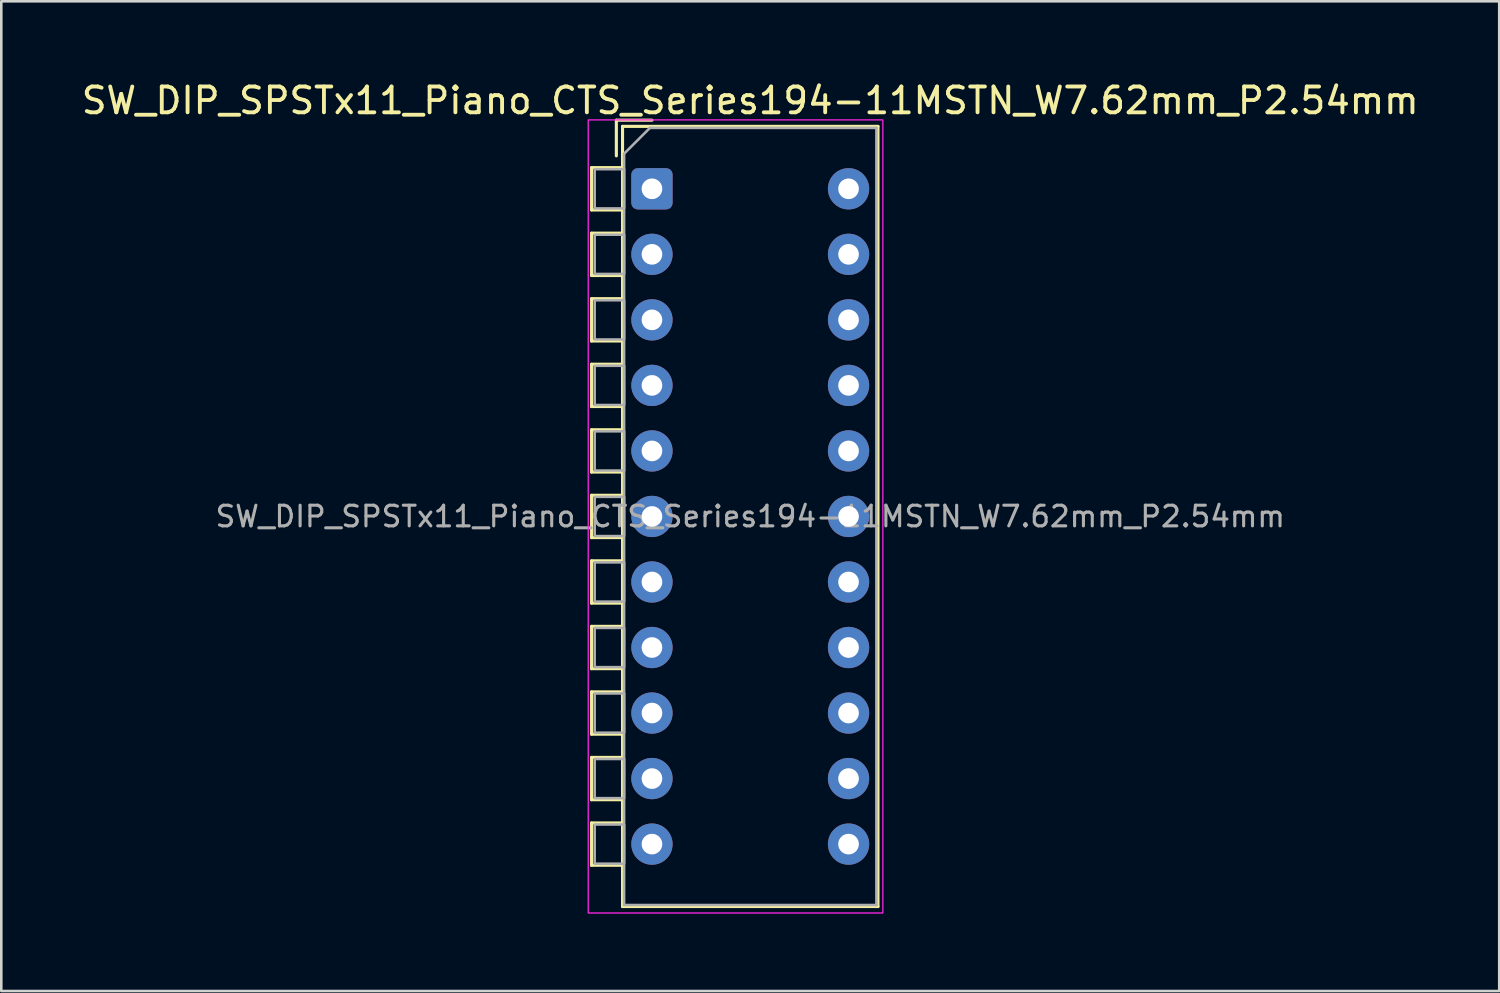
<source format=kicad_pcb>
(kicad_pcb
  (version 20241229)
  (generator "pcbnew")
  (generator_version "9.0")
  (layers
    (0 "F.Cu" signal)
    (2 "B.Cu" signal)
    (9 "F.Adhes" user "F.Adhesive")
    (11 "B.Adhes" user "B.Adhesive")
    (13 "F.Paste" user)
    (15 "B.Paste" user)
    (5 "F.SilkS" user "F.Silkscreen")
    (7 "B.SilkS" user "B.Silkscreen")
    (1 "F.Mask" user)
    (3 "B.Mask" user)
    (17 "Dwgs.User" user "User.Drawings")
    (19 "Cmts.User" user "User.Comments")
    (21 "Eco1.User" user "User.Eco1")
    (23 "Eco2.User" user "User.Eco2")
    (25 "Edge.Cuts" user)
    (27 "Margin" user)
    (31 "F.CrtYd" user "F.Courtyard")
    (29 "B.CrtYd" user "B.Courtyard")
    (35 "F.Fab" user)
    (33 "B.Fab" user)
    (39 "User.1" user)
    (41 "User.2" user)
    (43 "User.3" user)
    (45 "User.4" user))
  (footprint "SW_DIP_SPSTx11_Piano_CTS_Series194-11MSTN_W7.62mm_P2.54mm"
    (layer "F.Cu")
    (at 22.22 4.268)
    (property "Reference" "SW_DIP_SPSTx11_Piano_CTS_Series194-11MSTN_W7.62mm_P2.54mm" (at 3.81 -3.42 0) (layer "F.SilkS") (effects (font (size 1 1) (thickness 0.15))))
    (attr through_hole)
    (fp_line (start -2.34 -0.82) (end -2.34 0.82) (stroke (width 0.12) (type solid)) (layer "F.SilkS"))
    (fp_line (start -2.34 -0.82) (end -1.14 -0.82) (stroke (width 0.12) (type solid)) (layer "F.SilkS"))
    (fp_line (start -2.34 0.82) (end -1.14 0.82) (stroke (width 0.12) (type solid)) (layer "F.SilkS"))
    (fp_line (start -2.34 1.72) (end -2.34 3.36) (stroke (width 0.12) (type solid)) (layer "F.SilkS"))
    (fp_line (start -2.34 1.72) (end -1.14 1.72) (stroke (width 0.12) (type solid)) (layer "F.SilkS"))
    (fp_line (start -2.34 3.36) (end -1.14 3.36) (stroke (width 0.12) (type solid)) (layer "F.SilkS"))
    (fp_line (start -2.34 4.26) (end -2.34 5.9) (stroke (width 0.12) (type solid)) (layer "F.SilkS"))
    (fp_line (start -2.34 4.26) (end -1.14 4.26) (stroke (width 0.12) (type solid)) (layer "F.SilkS"))
    (fp_line (start -2.34 5.9) (end -1.14 5.9) (stroke (width 0.12) (type solid)) (layer "F.SilkS"))
    (fp_line (start -2.34 6.8) (end -2.34 8.44) (stroke (width 0.12) (type solid)) (layer "F.SilkS"))
    (fp_line (start -2.34 6.8) (end -1.14 6.8) (stroke (width 0.12) (type solid)) (layer "F.SilkS"))
    (fp_line (start -2.34 8.44) (end -1.14 8.44) (stroke (width 0.12) (type solid)) (layer "F.SilkS"))
    (fp_line (start -2.34 9.34) (end -2.34 10.98) (stroke (width 0.12) (type solid)) (layer "F.SilkS"))
    (fp_line (start -2.34 9.34) (end -1.14 9.34) (stroke (width 0.12) (type solid)) (layer "F.SilkS"))
    (fp_line (start -2.34 10.98) (end -1.14 10.98) (stroke (width 0.12) (type solid)) (layer "F.SilkS"))
    (fp_line (start -2.34 11.88) (end -2.34 13.52) (stroke (width 0.12) (type solid)) (layer "F.SilkS"))
    (fp_line (start -2.34 11.88) (end -1.14 11.88) (stroke (width 0.12) (type solid)) (layer "F.SilkS"))
    (fp_line (start -2.34 13.52) (end -1.14 13.52) (stroke (width 0.12) (type solid)) (layer "F.SilkS"))
    (fp_line (start -2.34 14.42) (end -2.34 16.06) (stroke (width 0.12) (type solid)) (layer "F.SilkS"))
    (fp_line (start -2.34 14.42) (end -1.14 14.42) (stroke (width 0.12) (type solid)) (layer "F.SilkS"))
    (fp_line (start -2.34 16.06) (end -1.14 16.06) (stroke (width 0.12) (type solid)) (layer "F.SilkS"))
    (fp_line (start -2.34 16.96) (end -2.34 18.6) (stroke (width 0.12) (type solid)) (layer "F.SilkS"))
    (fp_line (start -2.34 16.96) (end -1.14 16.96) (stroke (width 0.12) (type solid)) (layer "F.SilkS"))
    (fp_line (start -2.34 18.6) (end -1.14 18.6) (stroke (width 0.12) (type solid)) (layer "F.SilkS"))
    (fp_line (start -2.34 19.5) (end -2.34 21.14) (stroke (width 0.12) (type solid)) (layer "F.SilkS"))
    (fp_line (start -2.34 19.5) (end -1.14 19.5) (stroke (width 0.12) (type solid)) (layer "F.SilkS"))
    (fp_line (start -2.34 21.14) (end -1.14 21.14) (stroke (width 0.12) (type solid)) (layer "F.SilkS"))
    (fp_line (start -2.34 22.04) (end -2.34 23.68) (stroke (width 0.12) (type solid)) (layer "F.SilkS"))
    (fp_line (start -2.34 22.04) (end -1.14 22.04) (stroke (width 0.12) (type solid)) (layer "F.SilkS"))
    (fp_line (start -2.34 23.68) (end -1.14 23.68) (stroke (width 0.12) (type solid)) (layer "F.SilkS"))
    (fp_line (start -2.34 24.58) (end -2.34 26.22) (stroke (width 0.12) (type solid)) (layer "F.SilkS"))
    (fp_line (start -2.34 24.58) (end -1.14 24.58) (stroke (width 0.12) (type solid)) (layer "F.SilkS"))
    (fp_line (start -2.34 26.22) (end -1.14 26.22) (stroke (width 0.12) (type solid)) (layer "F.SilkS"))
    (fp_line (start -1.38 -2.66) (end -1.38 -1.277) (stroke (width 0.12) (type solid)) (layer "F.SilkS"))
    (fp_line (start -1.38 -2.66) (end 0.003 -2.66) (stroke (width 0.12) (type solid)) (layer "F.SilkS"))
    (fp_line (start -1.14 -2.42) (end -1.14 27.82) (stroke (width 0.12) (type solid)) (layer "F.SilkS"))
    (fp_line (start -1.14 -2.42) (end 8.76 -2.42) (stroke (width 0.12) (type solid)) (layer "F.SilkS"))
    (fp_line (start -1.14 -0.82) (end -1.14 0.82) (stroke (width 0.12) (type solid)) (layer "F.SilkS"))
    (fp_line (start -1.14 1.72) (end -1.14 3.36) (stroke (width 0.12) (type solid)) (layer "F.SilkS"))
    (fp_line (start -1.14 4.26) (end -1.14 5.9) (stroke (width 0.12) (type solid)) (layer "F.SilkS"))
    (fp_line (start -1.14 6.8) (end -1.14 8.44) (stroke (width 0.12) (type solid)) (layer "F.SilkS"))
    (fp_line (start -1.14 9.34) (end -1.14 10.98) (stroke (width 0.12) (type solid)) (layer "F.SilkS"))
    (fp_line (start -1.14 11.88) (end -1.14 13.52) (stroke (width 0.12) (type solid)) (layer "F.SilkS"))
    (fp_line (start -1.14 14.42) (end -1.14 16.06) (stroke (width 0.12) (type solid)) (layer "F.SilkS"))
    (fp_line (start -1.14 16.96) (end -1.14 18.6) (stroke (width 0.12) (type solid)) (layer "F.SilkS"))
    (fp_line (start -1.14 19.5) (end -1.14 21.14) (stroke (width 0.12) (type solid)) (layer "F.SilkS"))
    (fp_line (start -1.14 22.04) (end -1.14 23.68) (stroke (width 0.12) (type solid)) (layer "F.SilkS"))
    (fp_line (start -1.14 24.58) (end -1.14 26.22) (stroke (width 0.12) (type solid)) (layer "F.SilkS"))
    (fp_line (start -1.14 27.82) (end 8.76 27.82) (stroke (width 0.12) (type solid)) (layer "F.SilkS"))
    (fp_line (start 8.76 -2.42) (end 8.76 27.82) (stroke (width 0.12) (type solid)) (layer "F.SilkS"))
    (fp_rect (start -2.47 -2.67) (end 8.95 28.07) (stroke (width 0.05) (type solid)) (fill no) (layer "F.CrtYd"))
    (fp_line (start -1.08 -1.36) (end -0.08 -2.36) (stroke (width 0.1) (type solid)) (layer "F.Fab"))
    (fp_line (start -1.08 27.76) (end -1.08 -1.36) (stroke (width 0.1) (type solid)) (layer "F.Fab"))
    (fp_line (start -0.08 -2.36) (end 8.7 -2.36) (stroke (width 0.1) (type solid)) (layer "F.Fab"))
    (fp_line (start 8.7 -2.36) (end 8.7 27.76) (stroke (width 0.1) (type solid)) (layer "F.Fab"))
    (fp_line (start 8.7 27.76) (end -1.08 27.76) (stroke (width 0.1) (type solid)) (layer "F.Fab"))
    (fp_rect (start -1.08 -0.76) (end -2.22 0.76) (stroke (width 0.1) (type solid)) (fill no) (layer "F.Fab"))
    (fp_rect (start -1.08 1.78) (end -2.22 3.3) (stroke (width 0.1) (type solid)) (fill no) (layer "F.Fab"))
    (fp_rect (start -1.08 4.32) (end -2.22 5.84) (stroke (width 0.1) (type solid)) (fill no) (layer "F.Fab"))
    (fp_rect (start -1.08 6.86) (end -2.22 8.38) (stroke (width 0.1) (type solid)) (fill no) (layer "F.Fab"))
    (fp_rect (start -1.08 9.4) (end -2.22 10.92) (stroke (width 0.1) (type solid)) (fill no) (layer "F.Fab"))
    (fp_rect (start -1.08 11.94) (end -2.22 13.46) (stroke (width 0.1) (type solid)) (fill no) (layer "F.Fab"))
    (fp_rect (start -1.08 14.48) (end -2.22 16) (stroke (width 0.1) (type solid)) (fill no) (layer "F.Fab"))
    (fp_rect (start -1.08 17.02) (end -2.22 18.54) (stroke (width 0.1) (type solid)) (fill no) (layer "F.Fab"))
    (fp_rect (start -1.08 19.56) (end -2.22 21.08) (stroke (width 0.1) (type solid)) (fill no) (layer "F.Fab"))
    (fp_rect (start -1.08 22.1) (end -2.22 23.62) (stroke (width 0.1) (type solid)) (fill no) (layer "F.Fab"))
    (fp_rect (start -1.08 24.64) (end -2.22 26.16) (stroke (width 0.1) (type solid)) (fill no) (layer "F.Fab"))
    (fp_text user "${REFERENCE}" (at 3.81 12.7 0) (layer "F.Fab") (effects (font (size 0.8 0.8) (thickness 0.12))))
    (pad "1" thru_hole roundrect (at 0 0) (size 1.6 1.6) (drill 0.8) (layers "*.Cu" "*.Mask") (roundrect_rratio 0.156))
    (pad "2" thru_hole circle (at 0 2.54) (size 1.6 1.6) (drill 0.8) (layers "*.Cu" "*.Mask"))
    (pad "3" thru_hole circle (at 0 5.08) (size 1.6 1.6) (drill 0.8) (layers "*.Cu" "*.Mask"))
    (pad "4" thru_hole circle (at 0 7.62) (size 1.6 1.6) (drill 0.8) (layers "*.Cu" "*.Mask"))
    (pad "5" thru_hole circle (at 0 10.16) (size 1.6 1.6) (drill 0.8) (layers "*.Cu" "*.Mask"))
    (pad "6" thru_hole circle (at 0 12.7) (size 1.6 1.6) (drill 0.8) (layers "*.Cu" "*.Mask"))
    (pad "7" thru_hole circle (at 0 15.24) (size 1.6 1.6) (drill 0.8) (layers "*.Cu" "*.Mask"))
    (pad "8" thru_hole circle (at 0 17.78) (size 1.6 1.6) (drill 0.8) (layers "*.Cu" "*.Mask"))
    (pad "9" thru_hole circle (at 0 20.32) (size 1.6 1.6) (drill 0.8) (layers "*.Cu" "*.Mask"))
    (pad "10" thru_hole circle (at 0 22.86) (size 1.6 1.6) (drill 0.8) (layers "*.Cu" "*.Mask"))
    (pad "11" thru_hole circle (at 0 25.4) (size 1.6 1.6) (drill 0.8) (layers "*.Cu" "*.Mask"))
    (pad "12" thru_hole circle (at 7.62 25.4) (size 1.6 1.6) (drill 0.8) (layers "*.Cu" "*.Mask"))
    (pad "13" thru_hole circle (at 7.62 22.86) (size 1.6 1.6) (drill 0.8) (layers "*.Cu" "*.Mask"))
    (pad "14" thru_hole circle (at 7.62 20.32) (size 1.6 1.6) (drill 0.8) (layers "*.Cu" "*.Mask"))
    (pad "15" thru_hole circle (at 7.62 17.78) (size 1.6 1.6) (drill 0.8) (layers "*.Cu" "*.Mask"))
    (pad "16" thru_hole circle (at 7.62 15.24) (size 1.6 1.6) (drill 0.8) (layers "*.Cu" "*.Mask"))
    (pad "17" thru_hole circle (at 7.62 12.7) (size 1.6 1.6) (drill 0.8) (layers "*.Cu" "*.Mask"))
    (pad "18" thru_hole circle (at 7.62 10.16) (size 1.6 1.6) (drill 0.8) (layers "*.Cu" "*.Mask"))
    (pad "19" thru_hole circle (at 7.62 7.62) (size 1.6 1.6) (drill 0.8) (layers "*.Cu" "*.Mask"))
    (pad "20" thru_hole circle (at 7.62 5.08) (size 1.6 1.6) (drill 0.8) (layers "*.Cu" "*.Mask"))
    (pad "21" thru_hole circle (at 7.62 2.54) (size 1.6 1.6) (drill 0.8) (layers "*.Cu" "*.Mask"))
    (pad "22" thru_hole circle (at 7.62 0) (size 1.6 1.6) (drill 0.8) (layers "*.Cu" "*.Mask")))
  (gr_rect
    (start -3 -3)
    (end 55.06 35.363)
    (stroke (width 0.1) (type default))
    (fill no)
    (layer "Edge.Cuts")))
</source>
